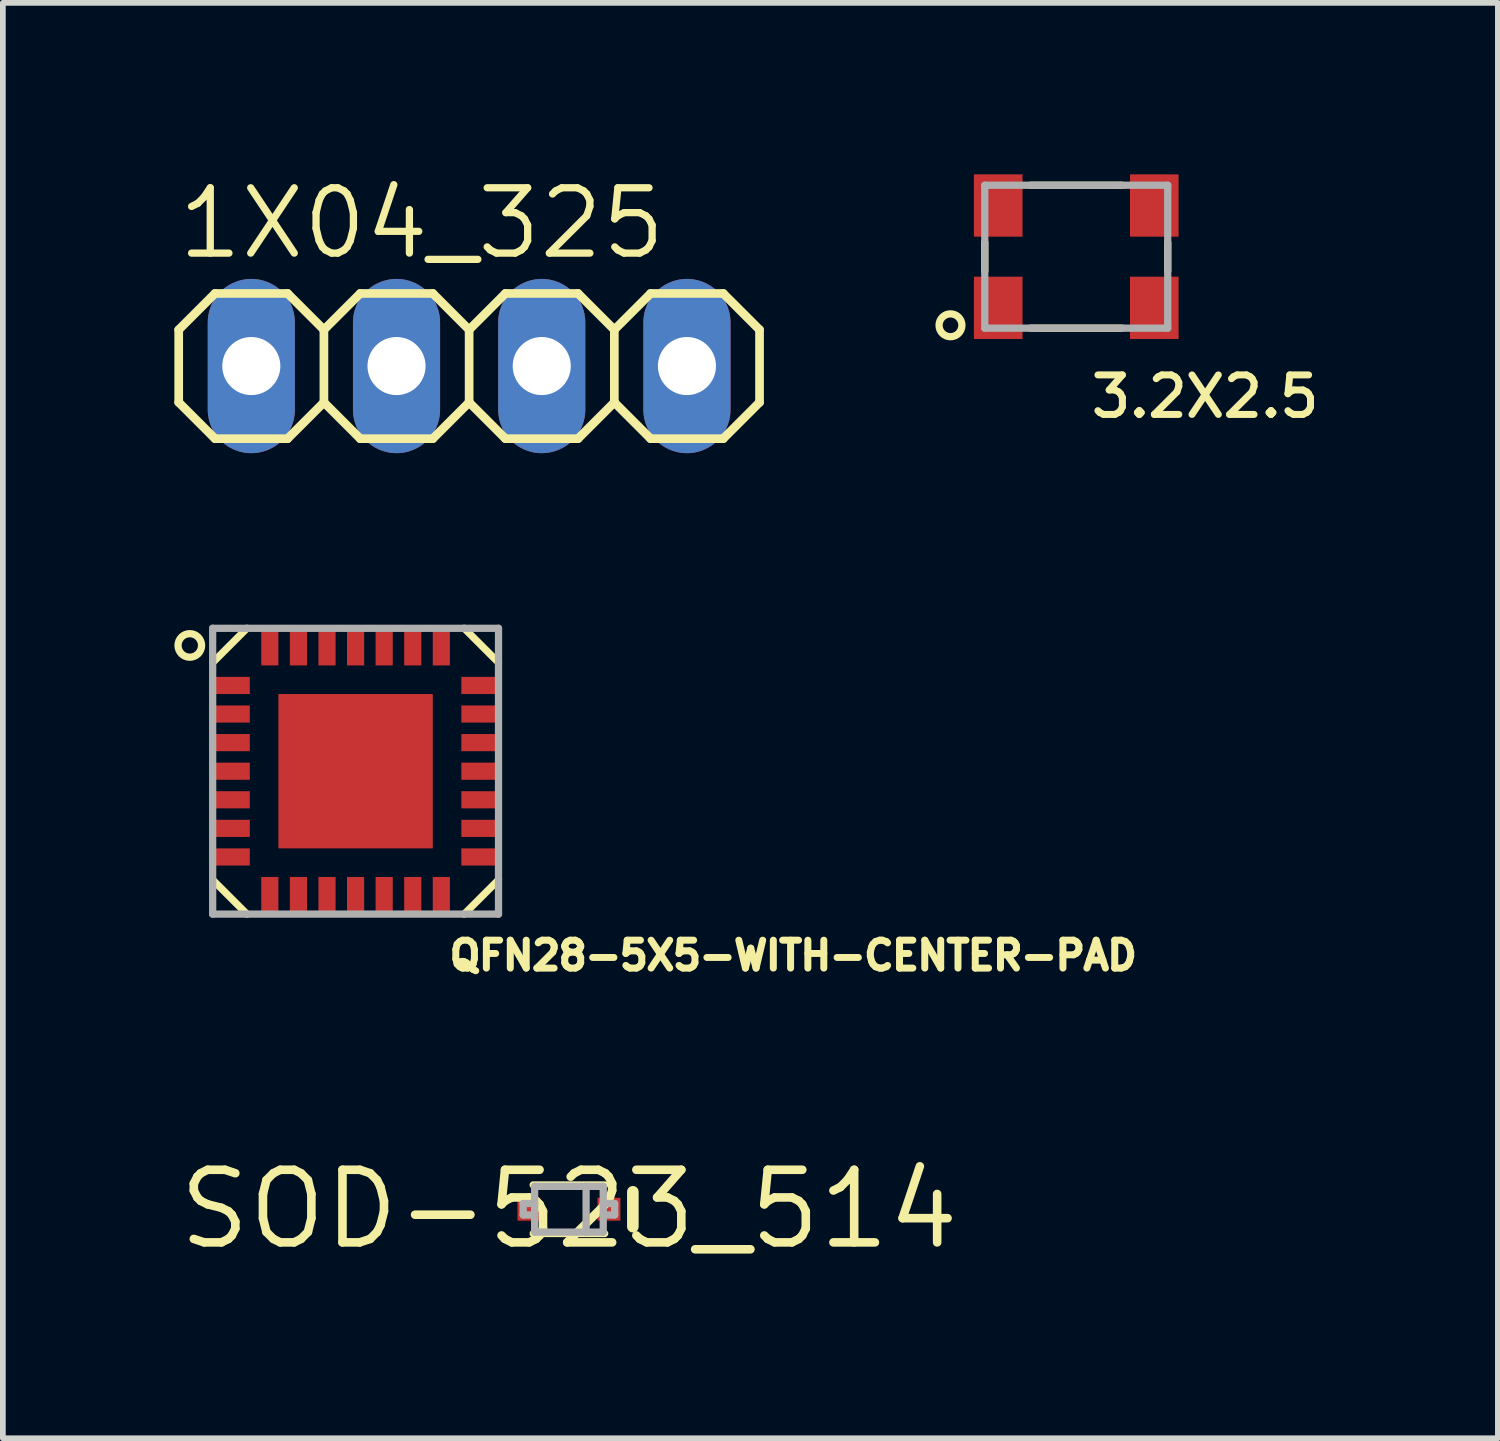
<source format=kicad_pcb>
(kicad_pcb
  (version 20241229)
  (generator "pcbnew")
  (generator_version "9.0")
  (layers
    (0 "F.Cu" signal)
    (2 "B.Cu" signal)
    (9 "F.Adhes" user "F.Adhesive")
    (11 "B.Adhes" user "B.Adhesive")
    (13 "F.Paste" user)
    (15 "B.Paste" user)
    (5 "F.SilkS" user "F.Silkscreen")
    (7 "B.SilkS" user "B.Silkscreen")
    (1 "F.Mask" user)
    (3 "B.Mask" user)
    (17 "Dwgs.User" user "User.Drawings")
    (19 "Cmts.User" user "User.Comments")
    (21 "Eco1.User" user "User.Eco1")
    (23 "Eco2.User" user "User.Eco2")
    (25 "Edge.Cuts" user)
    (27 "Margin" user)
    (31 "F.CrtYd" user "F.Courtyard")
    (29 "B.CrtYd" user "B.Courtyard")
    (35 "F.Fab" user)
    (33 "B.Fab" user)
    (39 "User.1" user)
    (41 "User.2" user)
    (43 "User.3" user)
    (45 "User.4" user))
  (footprint "QFN28-5X5-WITH-CENTER-PAD"
    (layer "F.Cu")
    (at 3.17 10.44)
    (property "Reference" "QFN28-5X5-WITH-CENTER-PAD" (at 1.58 3.51 0) (unlocked yes) (layer "F.SilkS") (effects (font (size 0.488 0.488) (thickness 0.122)) (justify left bottom)))
    (fp_line (start -2.5 -1.9) (end -1.9 -2.5) (stroke (width 0.127) (type solid)) (layer "F.SilkS"))
    (fp_line (start -2.5 1.9) (end -1.9 2.5) (stroke (width 0.127) (type solid)) (layer "F.SilkS"))
    (fp_line (start 1.9 -2.5) (end 2.5 -1.9) (stroke (width 0.127) (type solid)) (layer "F.SilkS"))
    (fp_line (start 1.9 2.5) (end 2.5 1.9) (stroke (width 0.127) (type solid)) (layer "F.SilkS"))
    (fp_circle (center -2.9 -2.2) (end -2.694 -2.2) (stroke (width 0.127) (type solid)) (fill no) (layer "F.SilkS"))
    (fp_poly (pts (xy -2.45 -1.4) (xy -1.95 -1.4) (xy -1.95 -1.6) (xy -2.45 -1.6)) (stroke (width 0) (type default)) (fill yes) (layer "F.Paste"))
    (fp_poly (pts (xy -2.45 -0.9) (xy -1.95 -0.9) (xy -1.95 -1.1) (xy -2.45 -1.1)) (stroke (width 0) (type default)) (fill yes) (layer "F.Paste"))
    (fp_poly (pts (xy -2.45 -0.4) (xy -1.95 -0.4) (xy -1.95 -0.6) (xy -2.45 -0.6)) (stroke (width 0) (type default)) (fill yes) (layer "F.Paste"))
    (fp_poly (pts (xy -2.45 0.1) (xy -1.95 0.1) (xy -1.95 -0.1) (xy -2.45 -0.1)) (stroke (width 0) (type default)) (fill yes) (layer "F.Paste"))
    (fp_poly (pts (xy -2.45 0.6) (xy -1.95 0.6) (xy -1.95 0.4) (xy -2.45 0.4)) (stroke (width 0) (type default)) (fill yes) (layer "F.Paste"))
    (fp_poly (pts (xy -2.45 1.1) (xy -1.95 1.1) (xy -1.95 0.9) (xy -2.45 0.9)) (stroke (width 0) (type default)) (fill yes) (layer "F.Paste"))
    (fp_poly (pts (xy -2.45 1.6) (xy -1.95 1.6) (xy -1.95 1.4) (xy -2.45 1.4)) (stroke (width 0) (type default)) (fill yes) (layer "F.Paste"))
    (fp_poly (pts (xy -1.6 -2.45) (xy -1.6 -1.95) (xy -1.4 -1.95) (xy -1.4 -2.45)) (stroke (width 0) (type default)) (fill yes) (layer "F.Paste"))
    (fp_poly (pts (xy -1.4 2.45) (xy -1.4 1.95) (xy -1.6 1.95) (xy -1.6 2.45)) (stroke (width 0) (type default)) (fill yes) (layer "F.Paste"))
    (fp_poly (pts (xy -1.15 -0.55) (xy -0.55 -0.55) (xy -0.55 -1.15) (xy -1.15 -1.15)) (stroke (width 0) (type default)) (fill yes) (layer "F.Paste"))
    (fp_poly (pts (xy -1.15 0.3) (xy -0.55 0.3) (xy -0.55 -0.3) (xy -1.15 -0.3)) (stroke (width 0) (type default)) (fill yes) (layer "F.Paste"))
    (fp_poly (pts (xy -1.15 1.15) (xy -0.55 1.15) (xy -0.55 0.55) (xy -1.15 0.55)) (stroke (width 0) (type default)) (fill yes) (layer "F.Paste"))
    (fp_poly (pts (xy -1.1 -2.45) (xy -1.1 -1.95) (xy -0.9 -1.95) (xy -0.9 -2.45)) (stroke (width 0) (type default)) (fill yes) (layer "F.Paste"))
    (fp_poly (pts (xy -0.9 2.45) (xy -0.9 1.95) (xy -1.1 1.95) (xy -1.1 2.45)) (stroke (width 0) (type default)) (fill yes) (layer "F.Paste"))
    (fp_poly (pts (xy -0.6 -2.45) (xy -0.6 -1.95) (xy -0.4 -1.95) (xy -0.4 -2.45)) (stroke (width 0) (type default)) (fill yes) (layer "F.Paste"))
    (fp_poly (pts (xy -0.4 2.45) (xy -0.4 1.95) (xy -0.6 1.95) (xy -0.6 2.45)) (stroke (width 0) (type default)) (fill yes) (layer "F.Paste"))
    (fp_poly (pts (xy -0.3 -0.55) (xy 0.3 -0.55) (xy 0.3 -1.15) (xy -0.3 -1.15)) (stroke (width 0) (type default)) (fill yes) (layer "F.Paste"))
    (fp_poly (pts (xy -0.3 0.3) (xy 0.3 0.3) (xy 0.3 -0.3) (xy -0.3 -0.3)) (stroke (width 0) (type default)) (fill yes) (layer "F.Paste"))
    (fp_poly (pts (xy -0.3 1.15) (xy 0.3 1.15) (xy 0.3 0.55) (xy -0.3 0.55)) (stroke (width 0) (type default)) (fill yes) (layer "F.Paste"))
    (fp_poly (pts (xy -0.1 -2.45) (xy -0.1 -1.95) (xy 0.1 -1.95) (xy 0.1 -2.45)) (stroke (width 0) (type default)) (fill yes) (layer "F.Paste"))
    (fp_poly (pts (xy 0.1 2.45) (xy 0.1 1.95) (xy -0.1 1.95) (xy -0.1 2.45)) (stroke (width 0) (type default)) (fill yes) (layer "F.Paste"))
    (fp_poly (pts (xy 0.4 -2.45) (xy 0.4 -1.95) (xy 0.6 -1.95) (xy 0.6 -2.45)) (stroke (width 0) (type default)) (fill yes) (layer "F.Paste"))
    (fp_poly (pts (xy 0.55 -0.55) (xy 1.15 -0.55) (xy 1.15 -1.15) (xy 0.55 -1.15)) (stroke (width 0) (type default)) (fill yes) (layer "F.Paste"))
    (fp_poly (pts (xy 0.55 0.3) (xy 1.15 0.3) (xy 1.15 -0.3) (xy 0.55 -0.3)) (stroke (width 0) (type default)) (fill yes) (layer "F.Paste"))
    (fp_poly (pts (xy 0.55 1.15) (xy 1.15 1.15) (xy 1.15 0.55) (xy 0.55 0.55)) (stroke (width 0) (type default)) (fill yes) (layer "F.Paste"))
    (fp_poly (pts (xy 0.6 2.45) (xy 0.6 1.95) (xy 0.4 1.95) (xy 0.4 2.45)) (stroke (width 0) (type default)) (fill yes) (layer "F.Paste"))
    (fp_poly (pts (xy 0.9 -2.45) (xy 0.9 -1.95) (xy 1.1 -1.95) (xy 1.1 -2.45)) (stroke (width 0) (type default)) (fill yes) (layer "F.Paste"))
    (fp_poly (pts (xy 1.1 2.45) (xy 1.1 1.95) (xy 0.9 1.95) (xy 0.9 2.45)) (stroke (width 0) (type default)) (fill yes) (layer "F.Paste"))
    (fp_poly (pts (xy 1.4 -2.45) (xy 1.4 -1.95) (xy 1.6 -1.95) (xy 1.6 -2.45)) (stroke (width 0) (type default)) (fill yes) (layer "F.Paste"))
    (fp_poly (pts (xy 1.6 2.45) (xy 1.6 1.95) (xy 1.4 1.95) (xy 1.4 2.45)) (stroke (width 0) (type default)) (fill yes) (layer "F.Paste"))
    (fp_poly (pts (xy 2.45 -1.6) (xy 1.95 -1.6) (xy 1.95 -1.4) (xy 2.45 -1.4)) (stroke (width 0) (type default)) (fill yes) (layer "F.Paste"))
    (fp_poly (pts (xy 2.45 -1.1) (xy 1.95 -1.1) (xy 1.95 -0.9) (xy 2.45 -0.9)) (stroke (width 0) (type default)) (fill yes) (layer "F.Paste"))
    (fp_poly (pts (xy 2.45 -0.6) (xy 1.95 -0.6) (xy 1.95 -0.4) (xy 2.45 -0.4)) (stroke (width 0) (type default)) (fill yes) (layer "F.Paste"))
    (fp_poly (pts (xy 2.45 -0.1) (xy 1.95 -0.1) (xy 1.95 0.1) (xy 2.45 0.1)) (stroke (width 0) (type default)) (fill yes) (layer "F.Paste"))
    (fp_poly (pts (xy 2.45 0.4) (xy 1.95 0.4) (xy 1.95 0.6) (xy 2.45 0.6)) (stroke (width 0) (type default)) (fill yes) (layer "F.Paste"))
    (fp_poly (pts (xy 2.45 0.9) (xy 1.95 0.9) (xy 1.95 1.1) (xy 2.45 1.1)) (stroke (width 0) (type default)) (fill yes) (layer "F.Paste"))
    (fp_poly (pts (xy 2.45 1.4) (xy 1.95 1.4) (xy 1.95 1.6) (xy 2.45 1.6)) (stroke (width 0) (type default)) (fill yes) (layer "F.Paste"))
    (fp_line (start -2.5 -2.5) (end -2.5 2.5) (stroke (width 0.127) (type solid)) (layer "F.Fab"))
    (fp_line (start -2.5 2.5) (end 2.5 2.5) (stroke (width 0.127) (type solid)) (layer "F.Fab"))
    (fp_line (start 2.5 -2.5) (end -2.5 -2.5) (stroke (width 0.127) (type solid)) (layer "F.Fab"))
    (fp_line (start 2.5 2.5) (end 2.5 -2.5) (stroke (width 0.127) (type solid)) (layer "F.Fab"))
    (pad "1" smd rect (at -2.2 -1.5) (size 0.7 0.3) (layers "F.Cu" "F.Mask"))
    (pad "2" smd rect (at -2.2 -1) (size 0.7 0.3) (layers "F.Cu" "F.Mask"))
    (pad "3" smd rect (at -2.2 -0.5) (size 0.7 0.3) (layers "F.Cu" "F.Mask"))
    (pad "4" smd rect (at -2.2 0) (size 0.7 0.3) (layers "F.Cu" "F.Mask"))
    (pad "5" smd rect (at -2.2 0.5) (size 0.7 0.3) (layers "F.Cu" "F.Mask"))
    (pad "6" smd rect (at -2.2 1) (size 0.7 0.3) (layers "F.Cu" "F.Mask"))
    (pad "7" smd rect (at -2.2 1.5) (size 0.7 0.3) (layers "F.Cu" "F.Mask"))
    (pad "8" smd rect (at -1.5 2.2 90) (size 0.7 0.3) (layers "F.Cu" "F.Mask"))
    (pad "9" smd rect (at -1 2.2 90) (size 0.7 0.3) (layers "F.Cu" "F.Mask"))
    (pad "10" smd rect (at -0.5 2.2 90) (size 0.7 0.3) (layers "F.Cu" "F.Mask"))
    (pad "11" smd rect (at 0 2.2 90) (size 0.7 0.3) (layers "F.Cu" "F.Mask"))
    (pad "12" smd rect (at 0.5 2.2 90) (size 0.7 0.3) (layers "F.Cu" "F.Mask"))
    (pad "13" smd rect (at 1 2.2 90) (size 0.7 0.3) (layers "F.Cu" "F.Mask"))
    (pad "14" smd rect (at 1.5 2.2 90) (size 0.7 0.3) (layers "F.Cu" "F.Mask"))
    (pad "15" smd rect (at 2.2 1.5 180) (size 0.7 0.3) (layers "F.Cu" "F.Mask"))
    (pad "16" smd rect (at 2.2 1 180) (size 0.7 0.3) (layers "F.Cu" "F.Mask"))
    (pad "17" smd rect (at 2.2 0.5 180) (size 0.7 0.3) (layers "F.Cu" "F.Mask"))
    (pad "18" smd rect (at 2.2 0 180) (size 0.7 0.3) (layers "F.Cu" "F.Mask"))
    (pad "19" smd rect (at 2.2 -0.5 180) (size 0.7 0.3) (layers "F.Cu" "F.Mask"))
    (pad "20" smd rect (at 2.2 -1 180) (size 0.7 0.3) (layers "F.Cu" "F.Mask"))
    (pad "21" smd rect (at 2.2 -1.5 180) (size 0.7 0.3) (layers "F.Cu" "F.Mask"))
    (pad "22" smd rect (at 1.5 -2.2 270) (size 0.7 0.3) (layers "F.Cu" "F.Mask"))
    (pad "23" smd rect (at 1 -2.2 270) (size 0.7 0.3) (layers "F.Cu" "F.Mask"))
    (pad "24" smd rect (at 0.5 -2.2 270) (size 0.7 0.3) (layers "F.Cu" "F.Mask"))
    (pad "25" smd rect (at 0 -2.2 270) (size 0.7 0.3) (layers "F.Cu" "F.Mask"))
    (pad "26" smd rect (at -0.5 -2.2 270) (size 0.7 0.3) (layers "F.Cu" "F.Mask"))
    (pad "27" smd rect (at -1 -2.2 270) (size 0.7 0.3) (layers "F.Cu" "F.Mask"))
    (pad "28" smd rect (at -1.5 -2.2 270) (size 0.7 0.3) (layers "F.Cu" "F.Mask"))
    (pad "PAD" smd rect (at 0 0) (size 2.7 2.7) (layers "F.Cu" "F.Mask")))
  (footprint "SOD-523_514"
    (layer "F.Cu")
    (at 6.902 18.102)
    (property "Reference" "SOD-523_514" (at 0 0 0) (layer "F.SilkS") (effects (font (size 1.27 1.27) (thickness 0.15))))
    (fp_line (start -0.625 0.425) (end 0.625 0.425) (stroke (width 0.127) (type solid)) (layer "F.SilkS"))
    (fp_line (start 0.625 -0.425) (end -0.625 -0.425) (stroke (width 0.127) (type solid)) (layer "F.SilkS"))
    (fp_line (start 1.118 -0.305) (end 1.118 0.305) (stroke (width 0.203) (type solid)) (layer "F.SilkS"))
    (fp_line (start -0.8 -0.1) (end -0.8 0.1) (stroke (width 0.127) (type solid)) (layer "F.Fab"))
    (fp_line (start -0.6 -0.4) (end -0.6 -0.1) (stroke (width 0.127) (type solid)) (layer "F.Fab"))
    (fp_line (start -0.6 -0.1) (end -0.8 -0.1) (stroke (width 0.127) (type solid)) (layer "F.Fab"))
    (fp_line (start -0.6 -0.1) (end -0.6 0.1) (stroke (width 0.127) (type solid)) (layer "F.Fab"))
    (fp_line (start -0.6 0.1) (end -0.8 0.1) (stroke (width 0.127) (type solid)) (layer "F.Fab"))
    (fp_line (start -0.6 0.1) (end -0.6 0.4) (stroke (width 0.127) (type solid)) (layer "F.Fab"))
    (fp_line (start -0.6 0.4) (end 0.3 0.4) (stroke (width 0.127) (type solid)) (layer "F.Fab"))
    (fp_line (start 0.3 -0.4) (end -0.6 -0.4) (stroke (width 0.127) (type solid)) (layer "F.Fab"))
    (fp_line (start 0.3 -0.4) (end 0.3 0.4) (stroke (width 0.127) (type solid)) (layer "F.Fab"))
    (fp_line (start 0.3 0.4) (end 0.6 0.4) (stroke (width 0.127) (type solid)) (layer "F.Fab"))
    (fp_line (start 0.6 -0.4) (end 0.3 -0.4) (stroke (width 0.127) (type solid)) (layer "F.Fab"))
    (fp_line (start 0.6 -0.1) (end 0.6 -0.4) (stroke (width 0.127) (type solid)) (layer "F.Fab"))
    (fp_line (start 0.6 -0.1) (end 0.8 -0.1) (stroke (width 0.127) (type solid)) (layer "F.Fab"))
    (fp_line (start 0.6 0.1) (end 0.6 -0.1) (stroke (width 0.127) (type solid)) (layer "F.Fab"))
    (fp_line (start 0.6 0.4) (end 0.6 0.1) (stroke (width 0.127) (type solid)) (layer "F.Fab"))
    (fp_line (start 0.8 -0.1) (end 0.8 0.1) (stroke (width 0.127) (type solid)) (layer "F.Fab"))
    (fp_line (start 0.8 0.1) (end 0.6 0.1) (stroke (width 0.127) (type solid)) (layer "F.Fab"))
    (pad "A" smd rect (at -0.7 0) (size 0.4 0.4) (layers "F.Cu" "F.Mask" "F.Paste"))
    (pad "C" smd rect (at 0.7 0) (size 0.4 0.4) (layers "F.Cu" "F.Mask" "F.Paste")))
  (footprint "1X04_325"
    (layer "F.Cu")
    (at 5.156 3.353)
    (property "Reference" "1X04_325" (at -5.156 -1.829 0) (unlocked yes) (layer "F.SilkS") (effects (font (size 1.143 1.143) (thickness 0.127)) (justify left bottom)))
    (fp_line (start -5.08 -0.635) (end -5.08 0.635) (stroke (width 0.152) (type solid)) (layer "F.SilkS"))
    (fp_line (start -5.08 0.635) (end -4.445 1.27) (stroke (width 0.152) (type solid)) (layer "F.SilkS"))
    (fp_line (start -4.445 -1.27) (end -5.08 -0.635) (stroke (width 0.152) (type solid)) (layer "F.SilkS"))
    (fp_line (start -4.445 -1.27) (end -3.175 -1.27) (stroke (width 0.152) (type solid)) (layer "F.SilkS"))
    (fp_line (start -3.175 -1.27) (end -2.54 -0.635) (stroke (width 0.152) (type solid)) (layer "F.SilkS"))
    (fp_line (start -3.175 1.27) (end -4.445 1.27) (stroke (width 0.152) (type solid)) (layer "F.SilkS"))
    (fp_line (start -2.54 -0.635) (end -2.54 0.635) (stroke (width 0.152) (type solid)) (layer "F.SilkS"))
    (fp_line (start -2.54 -0.635) (end -1.905 -1.27) (stroke (width 0.152) (type solid)) (layer "F.SilkS"))
    (fp_line (start -2.54 0.635) (end -3.175 1.27) (stroke (width 0.152) (type solid)) (layer "F.SilkS"))
    (fp_line (start -1.905 -1.27) (end -0.635 -1.27) (stroke (width 0.152) (type solid)) (layer "F.SilkS"))
    (fp_line (start -1.905 1.27) (end -2.54 0.635) (stroke (width 0.152) (type solid)) (layer "F.SilkS"))
    (fp_line (start -0.635 -1.27) (end 0 -0.635) (stroke (width 0.152) (type solid)) (layer "F.SilkS"))
    (fp_line (start -0.635 1.27) (end -1.905 1.27) (stroke (width 0.152) (type solid)) (layer "F.SilkS"))
    (fp_line (start 0 -0.635) (end 0 0.635) (stroke (width 0.152) (type solid)) (layer "F.SilkS"))
    (fp_line (start 0 -0.635) (end 0.635 -1.27) (stroke (width 0.152) (type solid)) (layer "F.SilkS"))
    (fp_line (start 0 0.635) (end -0.635 1.27) (stroke (width 0.152) (type solid)) (layer "F.SilkS"))
    (fp_line (start 0.635 -1.27) (end 1.905 -1.27) (stroke (width 0.152) (type solid)) (layer "F.SilkS"))
    (fp_line (start 0.635 1.27) (end 0 0.635) (stroke (width 0.152) (type solid)) (layer "F.SilkS"))
    (fp_line (start 1.905 -1.27) (end 2.54 -0.635) (stroke (width 0.152) (type solid)) (layer "F.SilkS"))
    (fp_line (start 1.905 1.27) (end 0.635 1.27) (stroke (width 0.152) (type solid)) (layer "F.SilkS"))
    (fp_line (start 2.54 -0.635) (end 2.54 0.635) (stroke (width 0.152) (type solid)) (layer "F.SilkS"))
    (fp_line (start 2.54 0.635) (end 1.905 1.27) (stroke (width 0.152) (type solid)) (layer "F.SilkS"))
    (fp_line (start 2.54 0.635) (end 3.175 1.27) (stroke (width 0.152) (type solid)) (layer "F.SilkS"))
    (fp_line (start 3.175 -1.27) (end 2.54 -0.635) (stroke (width 0.152) (type solid)) (layer "F.SilkS"))
    (fp_line (start 3.175 -1.27) (end 4.445 -1.27) (stroke (width 0.152) (type solid)) (layer "F.SilkS"))
    (fp_line (start 4.445 -1.27) (end 5.08 -0.635) (stroke (width 0.152) (type solid)) (layer "F.SilkS"))
    (fp_line (start 4.445 1.27) (end 3.175 1.27) (stroke (width 0.152) (type solid)) (layer "F.SilkS"))
    (fp_line (start 5.08 -0.635) (end 5.08 0.635) (stroke (width 0.152) (type solid)) (layer "F.SilkS"))
    (fp_line (start 5.08 0.635) (end 4.445 1.27) (stroke (width 0.152) (type solid)) (layer "F.SilkS"))
    (fp_poly (pts (xy -4.064 0.254) (xy -3.556 0.254) (xy -3.556 -0.254) (xy -4.064 -0.254)) (stroke (width 0.1) (type default)) (fill no) (layer "F.Fab"))
    (fp_poly (pts (xy -1.524 0.254) (xy -1.016 0.254) (xy -1.016 -0.254) (xy -1.524 -0.254)) (stroke (width 0.1) (type default)) (fill no) (layer "F.Fab"))
    (fp_poly (pts (xy 1.016 0.254) (xy 1.524 0.254) (xy 1.524 -0.254) (xy 1.016 -0.254)) (stroke (width 0.1) (type default)) (fill no) (layer "F.Fab"))
    (fp_poly (pts (xy 3.556 0.254) (xy 4.064 0.254) (xy 4.064 -0.254) (xy 3.556 -0.254)) (stroke (width 0.1) (type default)) (fill no) (layer "F.Fab"))
    (pad "1" thru_hole oval (at -3.81 0 90) (size 3.048 1.524) (drill 1.016) (layers "*.Cu" "*.Mask"))
    (pad "2" thru_hole oval (at -1.27 0 90) (size 3.048 1.524) (drill 1.016) (layers "*.Cu" "*.Mask"))
    (pad "3" thru_hole oval (at 1.27 0 90) (size 3.048 1.524) (drill 1.016) (layers "*.Cu" "*.Mask"))
    (pad "4" thru_hole oval (at 3.81 0 90) (size 3.048 1.524) (drill 1.016) (layers "*.Cu" "*.Mask")))
  (footprint "3.2X2.5"
    (layer "F.Cu")
    (at 15.776 1.44)
    (property "Reference" "3.2X2.5" (at 0.2 2.85 0) (unlocked yes) (layer "F.SilkS") (effects (font (size 0.691 0.691) (thickness 0.122)) (justify left bottom)))
    (fp_line (start -1.6 0.25) (end -1.6 -0.25) (stroke (width 0.127) (type solid)) (layer "F.SilkS"))
    (fp_line (start -0.8 -1.25) (end 0.8 -1.25) (stroke (width 0.127) (type solid)) (layer "F.SilkS"))
    (fp_line (start -0.8 1.25) (end 0.8 1.25) (stroke (width 0.127) (type solid)) (layer "F.SilkS"))
    (fp_line (start 1.6 0.25) (end 1.6 -0.25) (stroke (width 0.127) (type solid)) (layer "F.SilkS"))
    (fp_circle (center -2.2 1.2) (end -2 1.2) (stroke (width 0.127) (type solid)) (fill no) (layer "F.SilkS"))
    (fp_poly (pts (xy -1.7 -0.45) (xy -1.05 -0.45) (xy -1.05 -1.35) (xy -1.7 -1.35)) (stroke (width 0) (type default)) (fill yes) (layer "F.Paste"))
    (fp_poly (pts (xy -1.7 1.35) (xy -1.05 1.35) (xy -1.05 0.45) (xy -1.7 0.45)) (stroke (width 0) (type default)) (fill yes) (layer "F.Paste"))
    (fp_poly (pts (xy 1.05 -0.45) (xy 1.7 -0.45) (xy 1.7 -1.35) (xy 1.05 -1.35)) (stroke (width 0) (type default)) (fill yes) (layer "F.Paste"))
    (fp_poly (pts (xy 1.05 1.35) (xy 1.7 1.35) (xy 1.7 0.45) (xy 1.05 0.45)) (stroke (width 0) (type default)) (fill yes) (layer "F.Paste"))
    (fp_line (start -1.6 -1.25) (end 1.6 -1.25) (stroke (width 0.127) (type solid)) (layer "F.Fab"))
    (fp_line (start -1.6 1.25) (end -1.6 -1.25) (stroke (width 0.127) (type solid)) (layer "F.Fab"))
    (fp_line (start 1.6 -1.25) (end 1.6 1.25) (stroke (width 0.127) (type solid)) (layer "F.Fab"))
    (fp_line (start 1.6 1.25) (end -1.6 1.25) (stroke (width 0.127) (type solid)) (layer "F.Fab"))
    (pad "1" smd rect (at -1.365 0.895) (size 0.85 1.09) (layers "F.Cu" "F.Mask"))
    (pad "2" smd rect (at 1.365 0.895) (size 0.85 1.09) (layers "F.Cu" "F.Mask"))
    (pad "3" smd rect (at 1.365 -0.895) (size 0.85 1.09) (layers "F.Cu" "F.Mask"))
    (pad "4" smd rect (at -1.365 -0.895) (size 0.85 1.09) (layers "F.Cu" "F.Mask")))
  (gr_rect
    (start -3 -3)
    (end 23.151 22.108)
    (stroke (width 0.1) (type default))
    (fill no)
    (layer "Edge.Cuts")))
</source>
